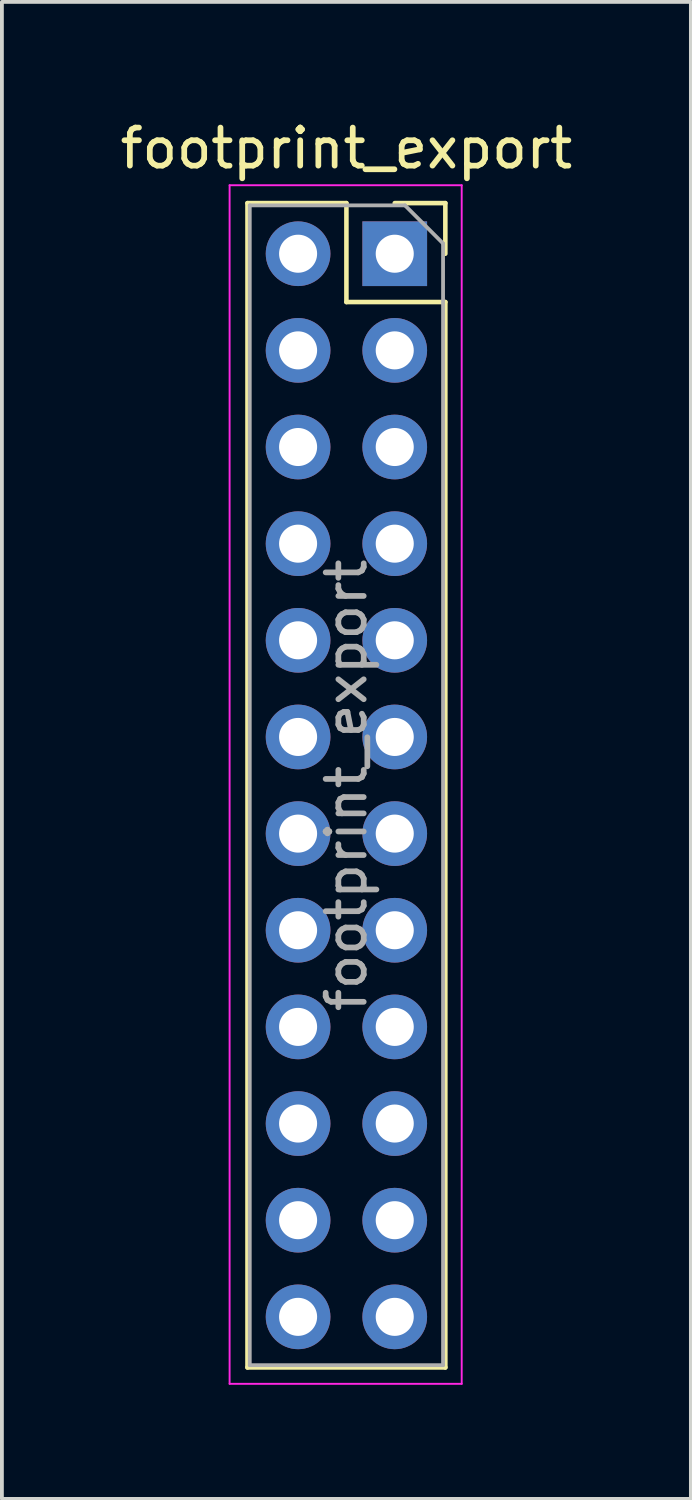
<source format=kicad_pcb>
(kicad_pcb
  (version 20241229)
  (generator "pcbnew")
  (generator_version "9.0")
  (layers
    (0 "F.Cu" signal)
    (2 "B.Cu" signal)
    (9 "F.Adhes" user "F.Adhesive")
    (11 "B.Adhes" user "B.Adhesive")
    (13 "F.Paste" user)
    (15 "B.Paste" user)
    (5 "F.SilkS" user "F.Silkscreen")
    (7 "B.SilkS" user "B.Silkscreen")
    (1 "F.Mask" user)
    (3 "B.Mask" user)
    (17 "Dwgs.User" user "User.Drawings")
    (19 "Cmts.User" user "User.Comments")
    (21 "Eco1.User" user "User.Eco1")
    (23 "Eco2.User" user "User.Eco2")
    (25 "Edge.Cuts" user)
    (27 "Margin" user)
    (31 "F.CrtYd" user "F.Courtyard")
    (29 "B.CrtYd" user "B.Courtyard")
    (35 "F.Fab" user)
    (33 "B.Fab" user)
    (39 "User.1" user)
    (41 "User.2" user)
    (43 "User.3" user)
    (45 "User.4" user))
  (footprint "footprint_export"
    (layer "F.Cu")
    (at 7.324 3.618)
    (property "Reference" "footprint_export" (at -1.27 -2.77 0) (layer "F.SilkS") (effects (font (size 1 1) (thickness 0.15))))
    (attr through_hole)
    (fp_line (start -3.87 -1.33) (end -3.87 29.27) (stroke (width 0.12) (type solid)) (layer "F.SilkS"))
    (fp_line (start -3.87 -1.33) (end -1.27 -1.33) (stroke (width 0.12) (type solid)) (layer "F.SilkS"))
    (fp_line (start -3.87 29.27) (end 1.33 29.27) (stroke (width 0.12) (type solid)) (layer "F.SilkS"))
    (fp_line (start -1.27 -1.33) (end -1.27 1.27) (stroke (width 0.12) (type solid)) (layer "F.SilkS"))
    (fp_line (start -1.27 1.27) (end 1.33 1.27) (stroke (width 0.12) (type solid)) (layer "F.SilkS"))
    (fp_line (start 0 -1.33) (end 1.33 -1.33) (stroke (width 0.12) (type solid)) (layer "F.SilkS"))
    (fp_line (start 1.33 -1.33) (end 1.33 0) (stroke (width 0.12) (type solid)) (layer "F.SilkS"))
    (fp_line (start 1.33 1.27) (end 1.33 29.27) (stroke (width 0.12) (type solid)) (layer "F.SilkS"))
    (fp_line (start -4.34 -1.8) (end 1.76 -1.8) (stroke (width 0.05) (type solid)) (layer "F.CrtYd"))
    (fp_line (start -4.34 29.7) (end -4.34 -1.8) (stroke (width 0.05) (type solid)) (layer "F.CrtYd"))
    (fp_line (start 1.76 -1.8) (end 1.76 29.7) (stroke (width 0.05) (type solid)) (layer "F.CrtYd"))
    (fp_line (start 1.76 29.7) (end -4.34 29.7) (stroke (width 0.05) (type solid)) (layer "F.CrtYd"))
    (fp_line (start -3.81 -1.27) (end 0.27 -1.27) (stroke (width 0.1) (type solid)) (layer "F.Fab"))
    (fp_line (start -3.81 29.21) (end -3.81 -1.27) (stroke (width 0.1) (type solid)) (layer "F.Fab"))
    (fp_line (start 0.27 -1.27) (end 1.27 -0.27) (stroke (width 0.1) (type solid)) (layer "F.Fab"))
    (fp_line (start 1.27 -0.27) (end 1.27 29.21) (stroke (width 0.1) (type solid)) (layer "F.Fab"))
    (fp_line (start 1.27 29.21) (end -3.81 29.21) (stroke (width 0.1) (type solid)) (layer "F.Fab"))
    (fp_text user "${REFERENCE}" (at -1.27 13.97 90) (layer "F.Fab") (effects (font (size 1 1) (thickness 0.15))))
    (pad "1" thru_hole rect (at 0 0) (size 1.7 1.7) (drill 1) (layers "*.Cu" "*.Mask"))
    (pad "2" thru_hole oval (at -2.54 0) (size 1.7 1.7) (drill 1) (layers "*.Cu" "*.Mask"))
    (pad "3" thru_hole oval (at 0 2.54) (size 1.7 1.7) (drill 1) (layers "*.Cu" "*.Mask"))
    (pad "4" thru_hole oval (at -2.54 2.54) (size 1.7 1.7) (drill 1) (layers "*.Cu" "*.Mask"))
    (pad "5" thru_hole oval (at 0 5.08) (size 1.7 1.7) (drill 1) (layers "*.Cu" "*.Mask"))
    (pad "6" thru_hole oval (at -2.54 5.08) (size 1.7 1.7) (drill 1) (layers "*.Cu" "*.Mask"))
    (pad "7" thru_hole oval (at 0 7.62) (size 1.7 1.7) (drill 1) (layers "*.Cu" "*.Mask"))
    (pad "8" thru_hole oval (at -2.54 7.62) (size 1.7 1.7) (drill 1) (layers "*.Cu" "*.Mask"))
    (pad "9" thru_hole oval (at 0 10.16) (size 1.7 1.7) (drill 1) (layers "*.Cu" "*.Mask"))
    (pad "10" thru_hole oval (at -2.54 10.16) (size 1.7 1.7) (drill 1) (layers "*.Cu" "*.Mask"))
    (pad "11" thru_hole oval (at 0 12.7) (size 1.7 1.7) (drill 1) (layers "*.Cu" "*.Mask"))
    (pad "12" thru_hole oval (at -2.54 12.7) (size 1.7 1.7) (drill 1) (layers "*.Cu" "*.Mask"))
    (pad "13" thru_hole oval (at 0 15.24) (size 1.7 1.7) (drill 1) (layers "*.Cu" "*.Mask"))
    (pad "14" thru_hole oval (at -2.54 15.24) (size 1.7 1.7) (drill 1) (layers "*.Cu" "*.Mask"))
    (pad "15" thru_hole oval (at 0 17.78) (size 1.7 1.7) (drill 1) (layers "*.Cu" "*.Mask"))
    (pad "16" thru_hole oval (at -2.54 17.78) (size 1.7 1.7) (drill 1) (layers "*.Cu" "*.Mask"))
    (pad "17" thru_hole oval (at 0 20.32) (size 1.7 1.7) (drill 1) (layers "*.Cu" "*.Mask"))
    (pad "18" thru_hole oval (at -2.54 20.32) (size 1.7 1.7) (drill 1) (layers "*.Cu" "*.Mask"))
    (pad "19" thru_hole oval (at 0 22.86) (size 1.7 1.7) (drill 1) (layers "*.Cu" "*.Mask"))
    (pad "20" thru_hole oval (at -2.54 22.86) (size 1.7 1.7) (drill 1) (layers "*.Cu" "*.Mask"))
    (pad "21" thru_hole oval (at 0 25.4) (size 1.7 1.7) (drill 1) (layers "*.Cu" "*.Mask"))
    (pad "22" thru_hole oval (at -2.54 25.4) (size 1.7 1.7) (drill 1) (layers "*.Cu" "*.Mask"))
    (pad "23" thru_hole oval (at 0 27.94) (size 1.7 1.7) (drill 1) (layers "*.Cu" "*.Mask"))
    (pad "24" thru_hole oval (at -2.54 27.94) (size 1.7 1.7) (drill 1) (layers "*.Cu" "*.Mask")))
  (gr_rect
    (start -3 -3)
    (end 15.107 36.343)
    (stroke (width 0.1) (type default))
    (fill no)
    (layer "Edge.Cuts")))
</source>
